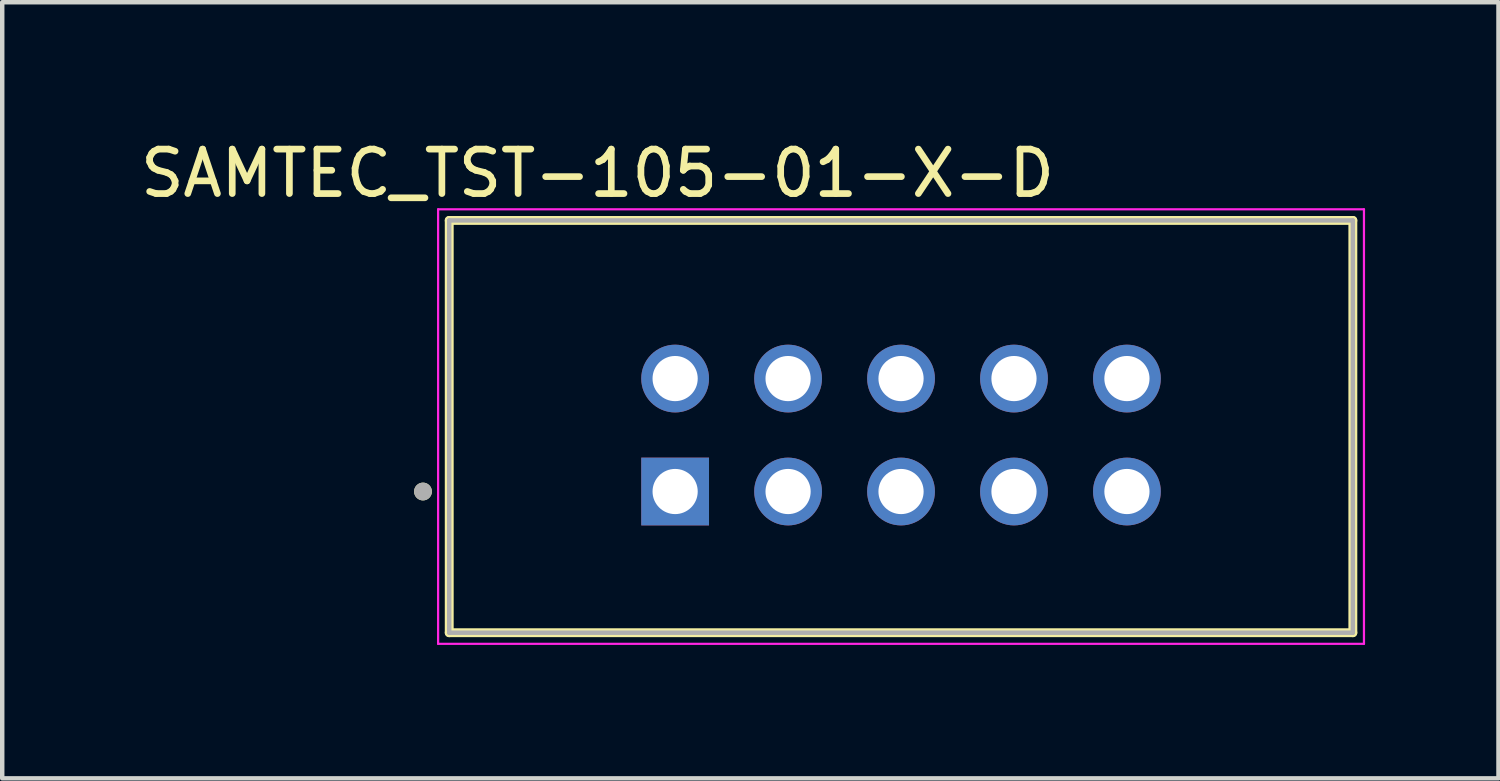
<source format=kicad_pcb>
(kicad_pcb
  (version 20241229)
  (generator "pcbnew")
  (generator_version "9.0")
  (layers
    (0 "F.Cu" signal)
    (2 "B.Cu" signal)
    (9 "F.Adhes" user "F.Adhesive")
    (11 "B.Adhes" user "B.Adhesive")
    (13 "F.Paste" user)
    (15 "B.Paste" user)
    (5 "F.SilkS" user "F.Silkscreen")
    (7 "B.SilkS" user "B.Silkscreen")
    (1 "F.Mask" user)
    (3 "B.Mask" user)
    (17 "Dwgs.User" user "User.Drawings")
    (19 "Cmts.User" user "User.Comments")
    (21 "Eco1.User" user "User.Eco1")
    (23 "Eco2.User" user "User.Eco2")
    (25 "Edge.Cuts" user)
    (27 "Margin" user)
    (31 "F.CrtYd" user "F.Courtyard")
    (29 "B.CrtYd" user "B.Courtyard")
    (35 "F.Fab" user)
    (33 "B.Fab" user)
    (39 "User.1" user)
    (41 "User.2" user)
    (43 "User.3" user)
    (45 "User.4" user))
  (footprint "SAMTEC_TST-105-01-X-D"
    (layer "F.Cu")
    (at 17.212 6.733)
    (property "Reference" "SAMTEC_TST-105-01-X-D" (at -6.825 -5.885 0) (layer "F.SilkS") (effects (font (size 1 1) (thickness 0.15))))
    (attr through_hole)
    (fp_line (start -10.16 -4.826) (end -10.16 4.445) (stroke (width 0.2) (type solid)) (layer "F.SilkS"))
    (fp_line (start -10.16 4.445) (end 10.16 4.445) (stroke (width 0.2) (type solid)) (layer "F.SilkS"))
    (fp_line (start 10.16 -4.826) (end -10.16 -4.826) (stroke (width 0.2) (type solid)) (layer "F.SilkS"))
    (fp_line (start 10.16 4.445) (end 10.16 -4.826) (stroke (width 0.2) (type solid)) (layer "F.SilkS"))
    (fp_circle (center -10.75 1.27) (end -10.65 1.27) (stroke (width 0.2) (type solid)) (fill no) (layer "F.SilkS"))
    (fp_line (start -10.41 -5.076) (end 10.41 -5.076) (stroke (width 0.05) (type solid)) (layer "F.CrtYd"))
    (fp_line (start -10.41 4.695) (end -10.41 -5.076) (stroke (width 0.05) (type solid)) (layer "F.CrtYd"))
    (fp_line (start 10.41 -5.076) (end 10.41 4.695) (stroke (width 0.05) (type solid)) (layer "F.CrtYd"))
    (fp_line (start 10.41 4.695) (end -10.41 4.695) (stroke (width 0.05) (type solid)) (layer "F.CrtYd"))
    (fp_line (start -10.16 -4.826) (end -10.16 4.445) (stroke (width 0.1) (type solid)) (layer "F.Fab"))
    (fp_line (start -10.16 4.445) (end 10.16 4.445) (stroke (width 0.1) (type solid)) (layer "F.Fab"))
    (fp_line (start 10.16 -4.826) (end -10.16 -4.826) (stroke (width 0.1) (type solid)) (layer "F.Fab"))
    (fp_line (start 10.16 4.445) (end 10.16 -4.826) (stroke (width 0.1) (type solid)) (layer "F.Fab"))
    (fp_circle (center -10.75 1.27) (end -10.65 1.27) (stroke (width 0.2) (type solid)) (fill no) (layer "F.Fab"))
    (pad "01" thru_hole rect (at -5.08 1.27) (size 1.524 1.524) (drill 1.016) (layers "*.Cu" "*.Mask"))
    (pad "02" thru_hole circle (at -5.08 -1.27) (size 1.524 1.524) (drill 1.016) (layers "*.Cu" "*.Mask"))
    (pad "03" thru_hole circle (at -2.54 1.27) (size 1.524 1.524) (drill 1.016) (layers "*.Cu" "*.Mask"))
    (pad "04" thru_hole circle (at -2.54 -1.27) (size 1.524 1.524) (drill 1.016) (layers "*.Cu" "*.Mask"))
    (pad "05" thru_hole circle (at 0 1.27) (size 1.524 1.524) (drill 1.016) (layers "*.Cu" "*.Mask"))
    (pad "06" thru_hole circle (at 0 -1.27) (size 1.524 1.524) (drill 1.016) (layers "*.Cu" "*.Mask"))
    (pad "07" thru_hole circle (at 2.54 1.27) (size 1.524 1.524) (drill 1.016) (layers "*.Cu" "*.Mask"))
    (pad "08" thru_hole circle (at 2.54 -1.27) (size 1.524 1.524) (drill 1.016) (layers "*.Cu" "*.Mask"))
    (pad "09" thru_hole circle (at 5.08 1.27) (size 1.524 1.524) (drill 1.016) (layers "*.Cu" "*.Mask"))
    (pad "10" thru_hole circle (at 5.08 -1.27) (size 1.524 1.524) (drill 1.016) (layers "*.Cu" "*.Mask")))
  (gr_rect
    (start -3 -3)
    (end 30.647 14.453)
    (stroke (width 0.1) (type default))
    (fill no)
    (layer "Edge.Cuts")))
</source>
